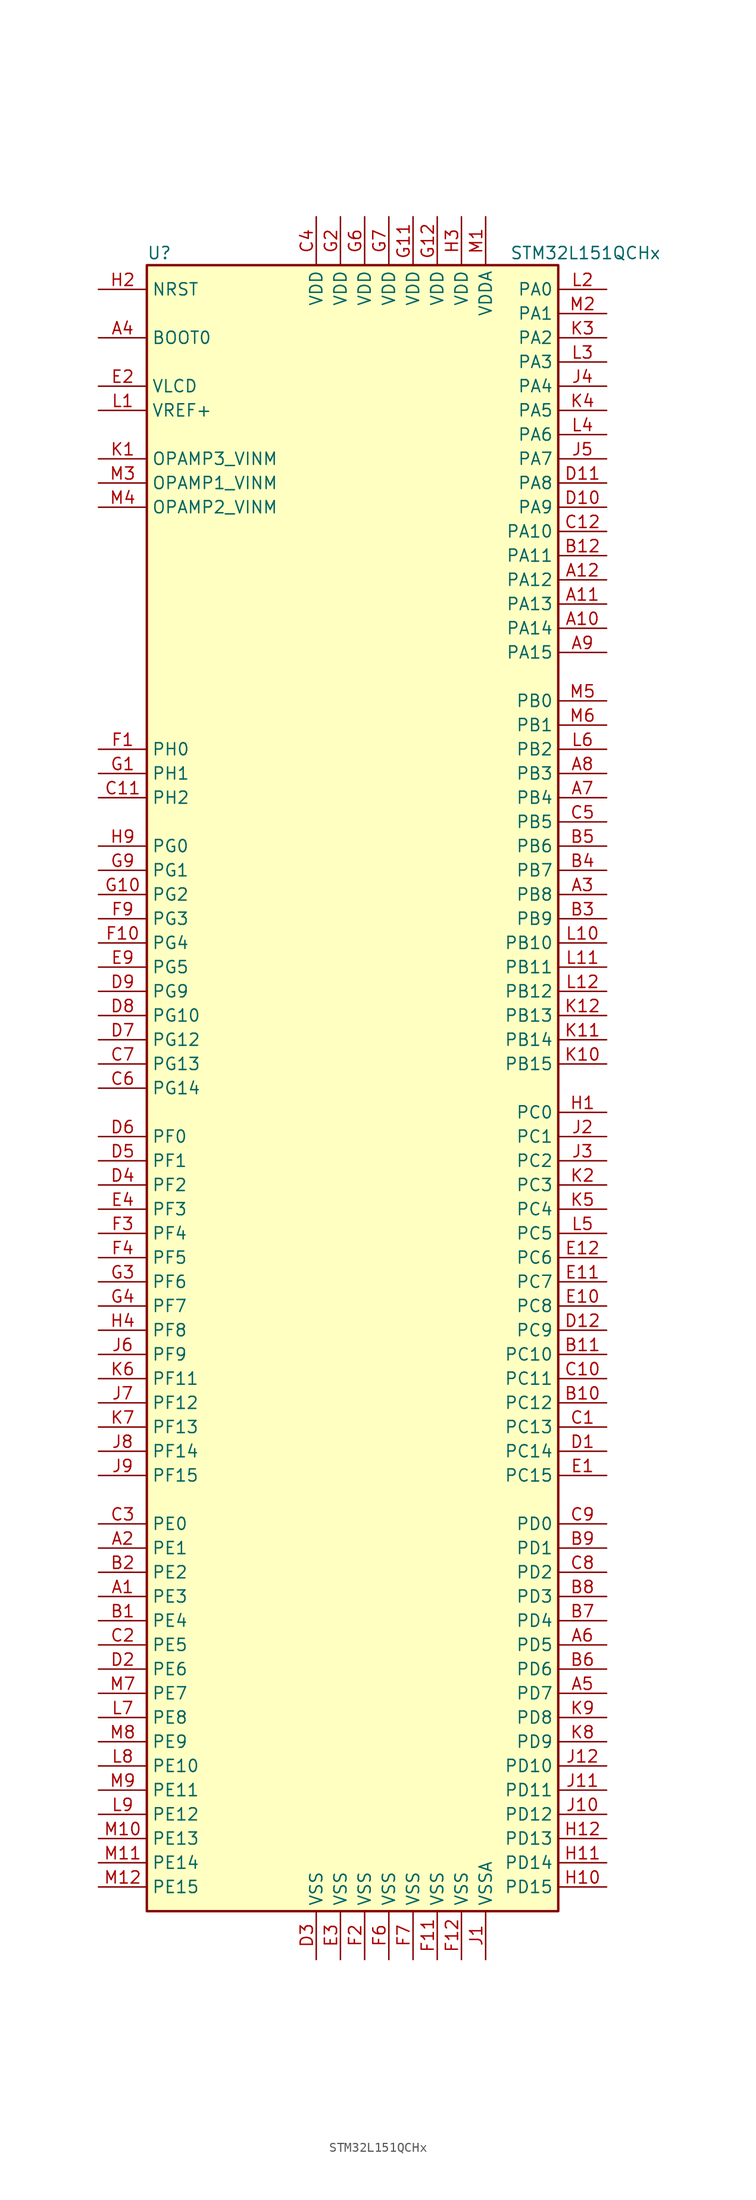
<source format=kicad_sym>
(kicad_symbol_lib
  (version 20211014)
  (generator kicad_symbol_editor)
  (symbol "STM32L151QCHx"
    (property "Reference" "U"
      (at -22.86 87.63 0)
      (effects (font (size 1.27 1.27)) (justify left)))
    (property "Value" "STM32L151QCHx"
      (at 15.24 87.63 0)
      (effects (font (size 1.27 1.27)) (justify left)))
    (symbol "STM32L151QCHx_0_1"
      (rectangle (start -22.86 -86.36) (end 20.32 86.36) (stroke (width 0.254) (type default) (color 0 0 0 0)) (fill (type background))))
    (symbol "STM32L151QCHx_1_1"
      (pin bidirectional line (at -27.94 -53.34 0) (length 5.08) (name "PE3" (effects (font (size 1.27 1.27)))) (number "A1" (effects (font (size 1.27 1.27)))))
      (pin bidirectional line (at 25.4 48.26 180) (length 5.08) (name "PA14" (effects (font (size 1.27 1.27)))) (number "A10" (effects (font (size 1.27 1.27)))))
      (pin bidirectional line (at 25.4 50.8 180) (length 5.08) (name "PA13" (effects (font (size 1.27 1.27)))) (number "A11" (effects (font (size 1.27 1.27)))))
      (pin bidirectional line (at 25.4 53.34 180) (length 5.08) (name "PA12" (effects (font (size 1.27 1.27)))) (number "A12" (effects (font (size 1.27 1.27)))))
      (pin bidirectional line (at -27.94 -48.26 0) (length 5.08) (name "PE1" (effects (font (size 1.27 1.27)))) (number "A2" (effects (font (size 1.27 1.27)))))
      (pin bidirectional line (at 25.4 20.32 180) (length 5.08) (name "PB8" (effects (font (size 1.27 1.27)))) (number "A3" (effects (font (size 1.27 1.27)))))
      (pin input line (at -27.94 78.74 0) (length 5.08) (name "BOOT0" (effects (font (size 1.27 1.27)))) (number "A4" (effects (font (size 1.27 1.27)))))
      (pin bidirectional line (at 25.4 -63.5 180) (length 5.08) (name "PD7" (effects (font (size 1.27 1.27)))) (number "A5" (effects (font (size 1.27 1.27)))))
      (pin bidirectional line (at 25.4 -58.42 180) (length 5.08) (name "PD5" (effects (font (size 1.27 1.27)))) (number "A6" (effects (font (size 1.27 1.27)))))
      (pin bidirectional line (at 25.4 30.48 180) (length 5.08) (name "PB4" (effects (font (size 1.27 1.27)))) (number "A7" (effects (font (size 1.27 1.27)))))
      (pin bidirectional line (at 25.4 33.02 180) (length 5.08) (name "PB3" (effects (font (size 1.27 1.27)))) (number "A8" (effects (font (size 1.27 1.27)))))
      (pin bidirectional line (at 25.4 45.72 180) (length 5.08) (name "PA15" (effects (font (size 1.27 1.27)))) (number "A9" (effects (font (size 1.27 1.27)))))
      (pin bidirectional line (at -27.94 -55.88 0) (length 5.08) (name "PE4" (effects (font (size 1.27 1.27)))) (number "B1" (effects (font (size 1.27 1.27)))))
      (pin bidirectional line (at 25.4 -33.02 180) (length 5.08) (name "PC12" (effects (font (size 1.27 1.27)))) (number "B10" (effects (font (size 1.27 1.27)))))
      (pin bidirectional line (at 25.4 -27.94 180) (length 5.08) (name "PC10" (effects (font (size 1.27 1.27)))) (number "B11" (effects (font (size 1.27 1.27)))))
      (pin bidirectional line (at 25.4 55.88 180) (length 5.08) (name "PA11" (effects (font (size 1.27 1.27)))) (number "B12" (effects (font (size 1.27 1.27)))))
      (pin bidirectional line (at -27.94 -50.8 0) (length 5.08) (name "PE2" (effects (font (size 1.27 1.27)))) (number "B2" (effects (font (size 1.27 1.27)))))
      (pin bidirectional line (at 25.4 17.78 180) (length 5.08) (name "PB9" (effects (font (size 1.27 1.27)))) (number "B3" (effects (font (size 1.27 1.27)))))
      (pin bidirectional line (at 25.4 22.86 180) (length 5.08) (name "PB7" (effects (font (size 1.27 1.27)))) (number "B4" (effects (font (size 1.27 1.27)))))
      (pin bidirectional line (at 25.4 25.4 180) (length 5.08) (name "PB6" (effects (font (size 1.27 1.27)))) (number "B5" (effects (font (size 1.27 1.27)))))
      (pin bidirectional line (at 25.4 -60.96 180) (length 5.08) (name "PD6" (effects (font (size 1.27 1.27)))) (number "B6" (effects (font (size 1.27 1.27)))))
      (pin bidirectional line (at 25.4 -55.88 180) (length 5.08) (name "PD4" (effects (font (size 1.27 1.27)))) (number "B7" (effects (font (size 1.27 1.27)))))
      (pin bidirectional line (at 25.4 -53.34 180) (length 5.08) (name "PD3" (effects (font (size 1.27 1.27)))) (number "B8" (effects (font (size 1.27 1.27)))))
      (pin bidirectional line (at 25.4 -48.26 180) (length 5.08) (name "PD1" (effects (font (size 1.27 1.27)))) (number "B9" (effects (font (size 1.27 1.27)))))
      (pin bidirectional line (at 25.4 -35.56 180) (length 5.08) (name "PC13" (effects (font (size 1.27 1.27)))) (number "C1" (effects (font (size 1.27 1.27)))))
      (pin bidirectional line (at 25.4 -30.48 180) (length 5.08) (name "PC11" (effects (font (size 1.27 1.27)))) (number "C10" (effects (font (size 1.27 1.27)))))
      (pin bidirectional line (at -27.94 30.48 0) (length 5.08) (name "PH2" (effects (font (size 1.27 1.27)))) (number "C11" (effects (font (size 1.27 1.27)))))
      (pin bidirectional line (at 25.4 58.42 180) (length 5.08) (name "PA10" (effects (font (size 1.27 1.27)))) (number "C12" (effects (font (size 1.27 1.27)))))
      (pin bidirectional line (at -27.94 -58.42 0) (length 5.08) (name "PE5" (effects (font (size 1.27 1.27)))) (number "C2" (effects (font (size 1.27 1.27)))))
      (pin bidirectional line (at -27.94 -45.72 0) (length 5.08) (name "PE0" (effects (font (size 1.27 1.27)))) (number "C3" (effects (font (size 1.27 1.27)))))
      (pin power_in line (at -5.08 91.44 270) (length 5.08) (name "VDD" (effects (font (size 1.27 1.27)))) (number "C4" (effects (font (size 1.27 1.27)))))
      (pin bidirectional line (at 25.4 27.94 180) (length 5.08) (name "PB5" (effects (font (size 1.27 1.27)))) (number "C5" (effects (font (size 1.27 1.27)))))
      (pin bidirectional line (at -27.94 0 0) (length 5.08) (name "PG14" (effects (font (size 1.27 1.27)))) (number "C6" (effects (font (size 1.27 1.27)))))
      (pin bidirectional line (at -27.94 2.54 0) (length 5.08) (name "PG13" (effects (font (size 1.27 1.27)))) (number "C7" (effects (font (size 1.27 1.27)))))
      (pin bidirectional line (at 25.4 -50.8 180) (length 5.08) (name "PD2" (effects (font (size 1.27 1.27)))) (number "C8" (effects (font (size 1.27 1.27)))))
      (pin bidirectional line (at 25.4 -45.72 180) (length 5.08) (name "PD0" (effects (font (size 1.27 1.27)))) (number "C9" (effects (font (size 1.27 1.27)))))
      (pin bidirectional line (at 25.4 -38.1 180) (length 5.08) (name "PC14" (effects (font (size 1.27 1.27)))) (number "D1" (effects (font (size 1.27 1.27)))))
      (pin bidirectional line (at 25.4 60.96 180) (length 5.08) (name "PA9" (effects (font (size 1.27 1.27)))) (number "D10" (effects (font (size 1.27 1.27)))))
      (pin bidirectional line (at 25.4 63.5 180) (length 5.08) (name "PA8" (effects (font (size 1.27 1.27)))) (number "D11" (effects (font (size 1.27 1.27)))))
      (pin bidirectional line (at 25.4 -25.4 180) (length 5.08) (name "PC9" (effects (font (size 1.27 1.27)))) (number "D12" (effects (font (size 1.27 1.27)))))
      (pin bidirectional line (at -27.94 -60.96 0) (length 5.08) (name "PE6" (effects (font (size 1.27 1.27)))) (number "D2" (effects (font (size 1.27 1.27)))))
      (pin power_in line (at -5.08 -91.44 90) (length 5.08) (name "VSS" (effects (font (size 1.27 1.27)))) (number "D3" (effects (font (size 1.27 1.27)))))
      (pin bidirectional line (at -27.94 -10.16 0) (length 5.08) (name "PF2" (effects (font (size 1.27 1.27)))) (number "D4" (effects (font (size 1.27 1.27)))))
      (pin bidirectional line (at -27.94 -7.62 0) (length 5.08) (name "PF1" (effects (font (size 1.27 1.27)))) (number "D5" (effects (font (size 1.27 1.27)))))
      (pin bidirectional line (at -27.94 -5.08 0) (length 5.08) (name "PF0" (effects (font (size 1.27 1.27)))) (number "D6" (effects (font (size 1.27 1.27)))))
      (pin bidirectional line (at -27.94 5.08 0) (length 5.08) (name "PG12" (effects (font (size 1.27 1.27)))) (number "D7" (effects (font (size 1.27 1.27)))))
      (pin bidirectional line (at -27.94 7.62 0) (length 5.08) (name "PG10" (effects (font (size 1.27 1.27)))) (number "D8" (effects (font (size 1.27 1.27)))))
      (pin bidirectional line (at -27.94 10.16 0) (length 5.08) (name "PG9" (effects (font (size 1.27 1.27)))) (number "D9" (effects (font (size 1.27 1.27)))))
      (pin bidirectional line (at 25.4 -40.64 180) (length 5.08) (name "PC15" (effects (font (size 1.27 1.27)))) (number "E1" (effects (font (size 1.27 1.27)))))
      (pin bidirectional line (at 25.4 -22.86 180) (length 5.08) (name "PC8" (effects (font (size 1.27 1.27)))) (number "E10" (effects (font (size 1.27 1.27)))))
      (pin bidirectional line (at 25.4 -20.32 180) (length 5.08) (name "PC7" (effects (font (size 1.27 1.27)))) (number "E11" (effects (font (size 1.27 1.27)))))
      (pin bidirectional line (at 25.4 -17.78 180) (length 5.08) (name "PC6" (effects (font (size 1.27 1.27)))) (number "E12" (effects (font (size 1.27 1.27)))))
      (pin power_in line (at -27.94 73.66 0) (length 5.08) (name "VLCD" (effects (font (size 1.27 1.27)))) (number "E2" (effects (font (size 1.27 1.27)))))
      (pin power_in line (at -2.54 -91.44 90) (length 5.08) (name "VSS" (effects (font (size 1.27 1.27)))) (number "E3" (effects (font (size 1.27 1.27)))))
      (pin bidirectional line (at -27.94 -12.7 0) (length 5.08) (name "PF3" (effects (font (size 1.27 1.27)))) (number "E4" (effects (font (size 1.27 1.27)))))
      (pin bidirectional line (at -27.94 12.7 0) (length 5.08) (name "PG5" (effects (font (size 1.27 1.27)))) (number "E9" (effects (font (size 1.27 1.27)))))
      (pin input line (at -27.94 35.56 0) (length 5.08) (name "PH0" (effects (font (size 1.27 1.27)))) (number "F1" (effects (font (size 1.27 1.27)))))
      (pin bidirectional line (at -27.94 15.24 0) (length 5.08) (name "PG4" (effects (font (size 1.27 1.27)))) (number "F10" (effects (font (size 1.27 1.27)))))
      (pin power_in line (at 7.62 -91.44 90) (length 5.08) (name "VSS" (effects (font (size 1.27 1.27)))) (number "F11" (effects (font (size 1.27 1.27)))))
      (pin power_in line (at 10.16 -91.44 90) (length 5.08) (name "VSS" (effects (font (size 1.27 1.27)))) (number "F12" (effects (font (size 1.27 1.27)))))
      (pin power_in line (at 0 -91.44 90) (length 5.08) (name "VSS" (effects (font (size 1.27 1.27)))) (number "F2" (effects (font (size 1.27 1.27)))))
      (pin bidirectional line (at -27.94 -15.24 0) (length 5.08) (name "PF4" (effects (font (size 1.27 1.27)))) (number "F3" (effects (font (size 1.27 1.27)))))
      (pin bidirectional line (at -27.94 -17.78 0) (length 5.08) (name "PF5" (effects (font (size 1.27 1.27)))) (number "F4" (effects (font (size 1.27 1.27)))))
      (pin power_in line (at 2.54 -91.44 90) (length 5.08) (name "VSS" (effects (font (size 1.27 1.27)))) (number "F6" (effects (font (size 1.27 1.27)))))
      (pin power_in line (at 5.08 -91.44 90) (length 5.08) (name "VSS" (effects (font (size 1.27 1.27)))) (number "F7" (effects (font (size 1.27 1.27)))))
      (pin bidirectional line (at -27.94 17.78 0) (length 5.08) (name "PG3" (effects (font (size 1.27 1.27)))) (number "F9" (effects (font (size 1.27 1.27)))))
      (pin input line (at -27.94 33.02 0) (length 5.08) (name "PH1" (effects (font (size 1.27 1.27)))) (number "G1" (effects (font (size 1.27 1.27)))))
      (pin bidirectional line (at -27.94 20.32 0) (length 5.08) (name "PG2" (effects (font (size 1.27 1.27)))) (number "G10" (effects (font (size 1.27 1.27)))))
      (pin power_in line (at 5.08 91.44 270) (length 5.08) (name "VDD" (effects (font (size 1.27 1.27)))) (number "G11" (effects (font (size 1.27 1.27)))))
      (pin power_in line (at 7.62 91.44 270) (length 5.08) (name "VDD" (effects (font (size 1.27 1.27)))) (number "G12" (effects (font (size 1.27 1.27)))))
      (pin power_in line (at -2.54 91.44 270) (length 5.08) (name "VDD" (effects (font (size 1.27 1.27)))) (number "G2" (effects (font (size 1.27 1.27)))))
      (pin bidirectional line (at -27.94 -20.32 0) (length 5.08) (name "PF6" (effects (font (size 1.27 1.27)))) (number "G3" (effects (font (size 1.27 1.27)))))
      (pin bidirectional line (at -27.94 -22.86 0) (length 5.08) (name "PF7" (effects (font (size 1.27 1.27)))) (number "G4" (effects (font (size 1.27 1.27)))))
      (pin power_in line (at 0 91.44 270) (length 5.08) (name "VDD" (effects (font (size 1.27 1.27)))) (number "G6" (effects (font (size 1.27 1.27)))))
      (pin power_in line (at 2.54 91.44 270) (length 5.08) (name "VDD" (effects (font (size 1.27 1.27)))) (number "G7" (effects (font (size 1.27 1.27)))))
      (pin bidirectional line (at -27.94 22.86 0) (length 5.08) (name "PG1" (effects (font (size 1.27 1.27)))) (number "G9" (effects (font (size 1.27 1.27)))))
      (pin bidirectional line (at 25.4 -2.54 180) (length 5.08) (name "PC0" (effects (font (size 1.27 1.27)))) (number "H1" (effects (font (size 1.27 1.27)))))
      (pin bidirectional line (at 25.4 -83.82 180) (length 5.08) (name "PD15" (effects (font (size 1.27 1.27)))) (number "H10" (effects (font (size 1.27 1.27)))))
      (pin bidirectional line (at 25.4 -81.28 180) (length 5.08) (name "PD14" (effects (font (size 1.27 1.27)))) (number "H11" (effects (font (size 1.27 1.27)))))
      (pin bidirectional line (at 25.4 -78.74 180) (length 5.08) (name "PD13" (effects (font (size 1.27 1.27)))) (number "H12" (effects (font (size 1.27 1.27)))))
      (pin input line (at -27.94 83.82 0) (length 5.08) (name "NRST" (effects (font (size 1.27 1.27)))) (number "H2" (effects (font (size 1.27 1.27)))))
      (pin power_in line (at 10.16 91.44 270) (length 5.08) (name "VDD" (effects (font (size 1.27 1.27)))) (number "H3" (effects (font (size 1.27 1.27)))))
      (pin bidirectional line (at -27.94 -25.4 0) (length 5.08) (name "PF8" (effects (font (size 1.27 1.27)))) (number "H4" (effects (font (size 1.27 1.27)))))
      (pin bidirectional line (at -27.94 25.4 0) (length 5.08) (name "PG0" (effects (font (size 1.27 1.27)))) (number "H9" (effects (font (size 1.27 1.27)))))
      (pin power_in line (at 12.7 -91.44 90) (length 5.08) (name "VSSA" (effects (font (size 1.27 1.27)))) (number "J1" (effects (font (size 1.27 1.27)))))
      (pin bidirectional line (at 25.4 -76.2 180) (length 5.08) (name "PD12" (effects (font (size 1.27 1.27)))) (number "J10" (effects (font (size 1.27 1.27)))))
      (pin bidirectional line (at 25.4 -73.66 180) (length 5.08) (name "PD11" (effects (font (size 1.27 1.27)))) (number "J11" (effects (font (size 1.27 1.27)))))
      (pin bidirectional line (at 25.4 -71.12 180) (length 5.08) (name "PD10" (effects (font (size 1.27 1.27)))) (number "J12" (effects (font (size 1.27 1.27)))))
      (pin bidirectional line (at 25.4 -5.08 180) (length 5.08) (name "PC1" (effects (font (size 1.27 1.27)))) (number "J2" (effects (font (size 1.27 1.27)))))
      (pin bidirectional line (at 25.4 -7.62 180) (length 5.08) (name "PC2" (effects (font (size 1.27 1.27)))) (number "J3" (effects (font (size 1.27 1.27)))))
      (pin bidirectional line (at 25.4 73.66 180) (length 5.08) (name "PA4" (effects (font (size 1.27 1.27)))) (number "J4" (effects (font (size 1.27 1.27)))))
      (pin bidirectional line (at 25.4 66.04 180) (length 5.08) (name "PA7" (effects (font (size 1.27 1.27)))) (number "J5" (effects (font (size 1.27 1.27)))))
      (pin bidirectional line (at -27.94 -27.94 0) (length 5.08) (name "PF9" (effects (font (size 1.27 1.27)))) (number "J6" (effects (font (size 1.27 1.27)))))
      (pin bidirectional line (at -27.94 -33.02 0) (length 5.08) (name "PF12" (effects (font (size 1.27 1.27)))) (number "J7" (effects (font (size 1.27 1.27)))))
      (pin bidirectional line (at -27.94 -38.1 0) (length 5.08) (name "PF14" (effects (font (size 1.27 1.27)))) (number "J8" (effects (font (size 1.27 1.27)))))
      (pin bidirectional line (at -27.94 -40.64 0) (length 5.08) (name "PF15" (effects (font (size 1.27 1.27)))) (number "J9" (effects (font (size 1.27 1.27)))))
      (pin bidirectional line (at -27.94 66.04 0) (length 5.08) (name "OPAMP3_VINM" (effects (font (size 1.27 1.27)))) (number "K1" (effects (font (size 1.27 1.27)))))
      (pin bidirectional line (at 25.4 2.54 180) (length 5.08) (name "PB15" (effects (font (size 1.27 1.27)))) (number "K10" (effects (font (size 1.27 1.27)))))
      (pin bidirectional line (at 25.4 5.08 180) (length 5.08) (name "PB14" (effects (font (size 1.27 1.27)))) (number "K11" (effects (font (size 1.27 1.27)))))
      (pin bidirectional line (at 25.4 7.62 180) (length 5.08) (name "PB13" (effects (font (size 1.27 1.27)))) (number "K12" (effects (font (size 1.27 1.27)))))
      (pin bidirectional line (at 25.4 -10.16 180) (length 5.08) (name "PC3" (effects (font (size 1.27 1.27)))) (number "K2" (effects (font (size 1.27 1.27)))))
      (pin bidirectional line (at 25.4 78.74 180) (length 5.08) (name "PA2" (effects (font (size 1.27 1.27)))) (number "K3" (effects (font (size 1.27 1.27)))))
      (pin bidirectional line (at 25.4 71.12 180) (length 5.08) (name "PA5" (effects (font (size 1.27 1.27)))) (number "K4" (effects (font (size 1.27 1.27)))))
      (pin bidirectional line (at 25.4 -12.7 180) (length 5.08) (name "PC4" (effects (font (size 1.27 1.27)))) (number "K5" (effects (font (size 1.27 1.27)))))
      (pin bidirectional line (at -27.94 -30.48 0) (length 5.08) (name "PF11" (effects (font (size 1.27 1.27)))) (number "K6" (effects (font (size 1.27 1.27)))))
      (pin bidirectional line (at -27.94 -35.56 0) (length 5.08) (name "PF13" (effects (font (size 1.27 1.27)))) (number "K7" (effects (font (size 1.27 1.27)))))
      (pin bidirectional line (at 25.4 -68.58 180) (length 5.08) (name "PD9" (effects (font (size 1.27 1.27)))) (number "K8" (effects (font (size 1.27 1.27)))))
      (pin bidirectional line (at 25.4 -66.04 180) (length 5.08) (name "PD8" (effects (font (size 1.27 1.27)))) (number "K9" (effects (font (size 1.27 1.27)))))
      (pin power_in line (at -27.94 71.12 0) (length 5.08) (name "VREF+" (effects (font (size 1.27 1.27)))) (number "L1" (effects (font (size 1.27 1.27)))))
      (pin bidirectional line (at 25.4 15.24 180) (length 5.08) (name "PB10" (effects (font (size 1.27 1.27)))) (number "L10" (effects (font (size 1.27 1.27)))))
      (pin bidirectional line (at 25.4 12.7 180) (length 5.08) (name "PB11" (effects (font (size 1.27 1.27)))) (number "L11" (effects (font (size 1.27 1.27)))))
      (pin bidirectional line (at 25.4 10.16 180) (length 5.08) (name "PB12" (effects (font (size 1.27 1.27)))) (number "L12" (effects (font (size 1.27 1.27)))))
      (pin bidirectional line (at 25.4 83.82 180) (length 5.08) (name "PA0" (effects (font (size 1.27 1.27)))) (number "L2" (effects (font (size 1.27 1.27)))))
      (pin bidirectional line (at 25.4 76.2 180) (length 5.08) (name "PA3" (effects (font (size 1.27 1.27)))) (number "L3" (effects (font (size 1.27 1.27)))))
      (pin bidirectional line (at 25.4 68.58 180) (length 5.08) (name "PA6" (effects (font (size 1.27 1.27)))) (number "L4" (effects (font (size 1.27 1.27)))))
      (pin bidirectional line (at 25.4 -15.24 180) (length 5.08) (name "PC5" (effects (font (size 1.27 1.27)))) (number "L5" (effects (font (size 1.27 1.27)))))
      (pin bidirectional line (at 25.4 35.56 180) (length 5.08) (name "PB2" (effects (font (size 1.27 1.27)))) (number "L6" (effects (font (size 1.27 1.27)))))
      (pin bidirectional line (at -27.94 -66.04 0) (length 5.08) (name "PE8" (effects (font (size 1.27 1.27)))) (number "L7" (effects (font (size 1.27 1.27)))))
      (pin bidirectional line (at -27.94 -71.12 0) (length 5.08) (name "PE10" (effects (font (size 1.27 1.27)))) (number "L8" (effects (font (size 1.27 1.27)))))
      (pin bidirectional line (at -27.94 -76.2 0) (length 5.08) (name "PE12" (effects (font (size 1.27 1.27)))) (number "L9" (effects (font (size 1.27 1.27)))))
      (pin power_in line (at 12.7 91.44 270) (length 5.08) (name "VDDA" (effects (font (size 1.27 1.27)))) (number "M1" (effects (font (size 1.27 1.27)))))
      (pin bidirectional line (at -27.94 -78.74 0) (length 5.08) (name "PE13" (effects (font (size 1.27 1.27)))) (number "M10" (effects (font (size 1.27 1.27)))))
      (pin bidirectional line (at -27.94 -81.28 0) (length 5.08) (name "PE14" (effects (font (size 1.27 1.27)))) (number "M11" (effects (font (size 1.27 1.27)))))
      (pin bidirectional line (at -27.94 -83.82 0) (length 5.08) (name "PE15" (effects (font (size 1.27 1.27)))) (number "M12" (effects (font (size 1.27 1.27)))))
      (pin bidirectional line (at 25.4 81.28 180) (length 5.08) (name "PA1" (effects (font (size 1.27 1.27)))) (number "M2" (effects (font (size 1.27 1.27)))))
      (pin bidirectional line (at -27.94 63.5 0) (length 5.08) (name "OPAMP1_VINM" (effects (font (size 1.27 1.27)))) (number "M3" (effects (font (size 1.27 1.27)))))
      (pin bidirectional line (at -27.94 60.96 0) (length 5.08) (name "OPAMP2_VINM" (effects (font (size 1.27 1.27)))) (number "M4" (effects (font (size 1.27 1.27)))))
      (pin bidirectional line (at 25.4 40.64 180) (length 5.08) (name "PB0" (effects (font (size 1.27 1.27)))) (number "M5" (effects (font (size 1.27 1.27)))))
      (pin bidirectional line (at 25.4 38.1 180) (length 5.08) (name "PB1" (effects (font (size 1.27 1.27)))) (number "M6" (effects (font (size 1.27 1.27)))))
      (pin bidirectional line (at -27.94 -63.5 0) (length 5.08) (name "PE7" (effects (font (size 1.27 1.27)))) (number "M7" (effects (font (size 1.27 1.27)))))
      (pin bidirectional line (at -27.94 -68.58 0) (length 5.08) (name "PE9" (effects (font (size 1.27 1.27)))) (number "M8" (effects (font (size 1.27 1.27)))))
      (pin bidirectional line (at -27.94 -73.66 0) (length 5.08) (name "PE11" (effects (font (size 1.27 1.27)))) (number "M9" (effects (font (size 1.27 1.27))))))))
</source>
